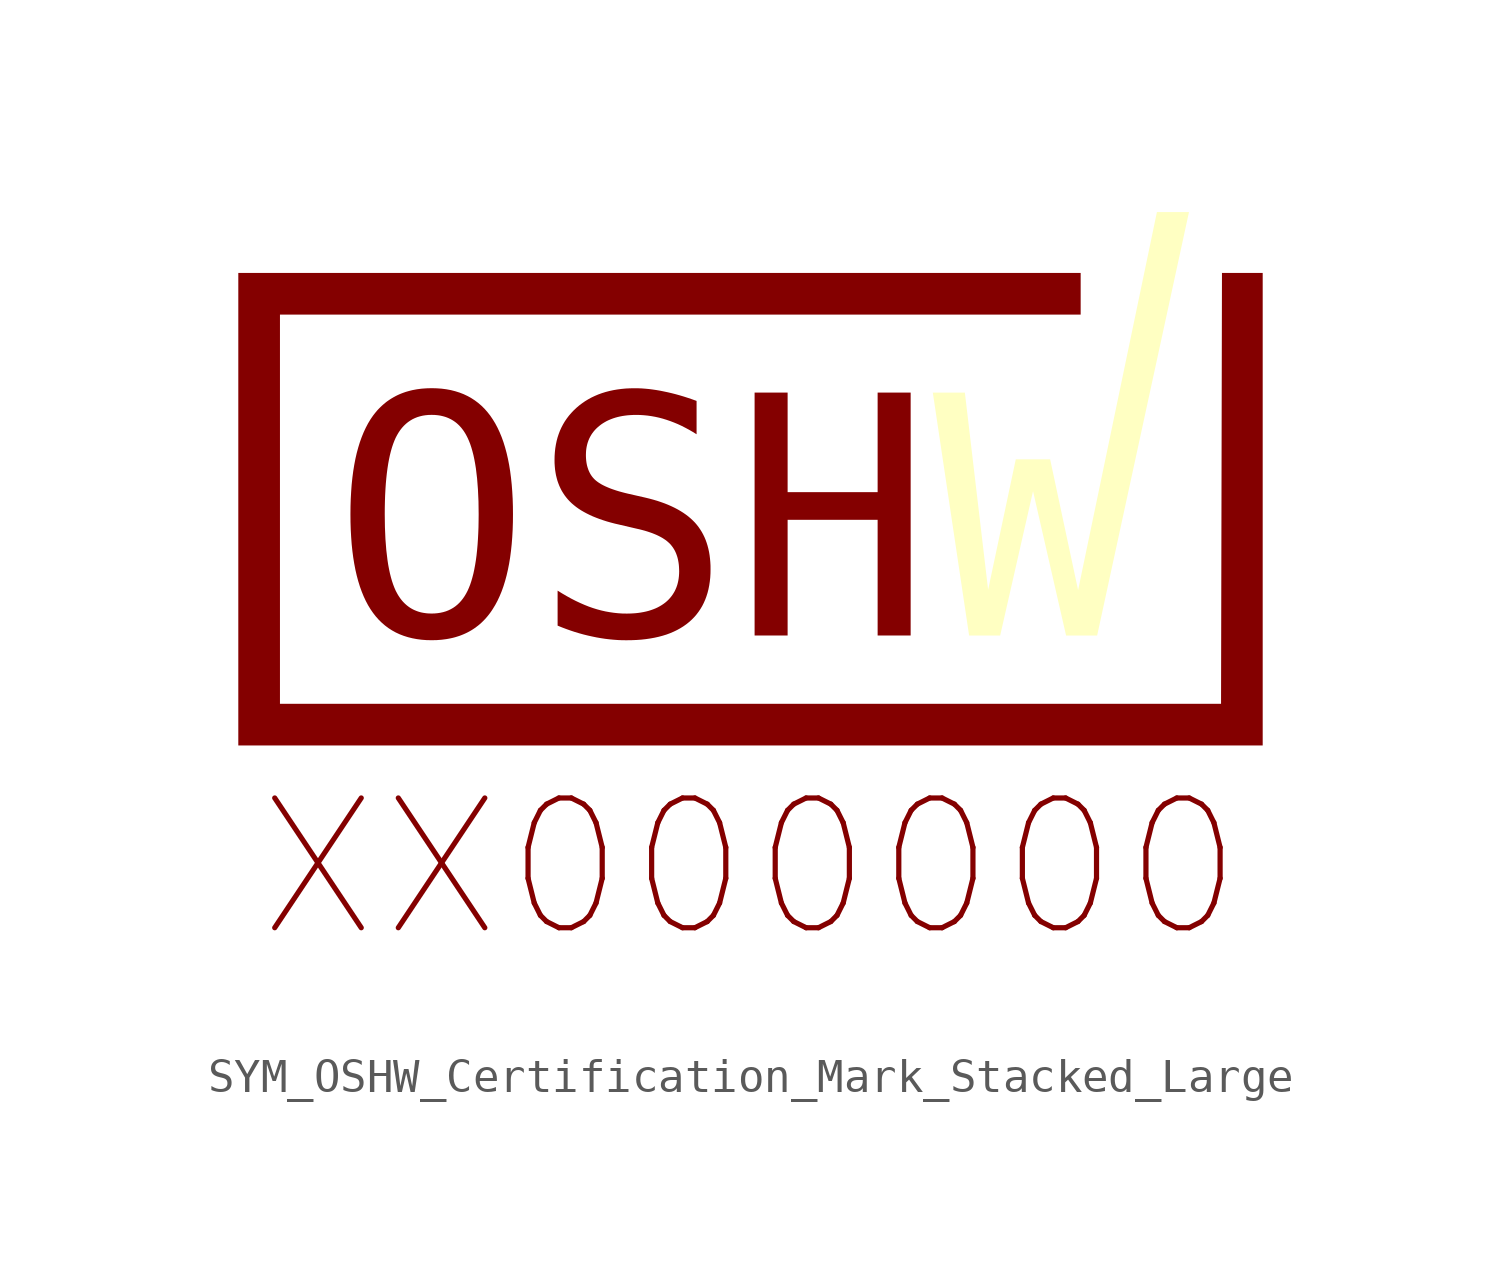
<source format=kicad_sym>
(kicad_symbol_lib
  (version 20220914)
  (generator kicad_symbol_editor)
  (symbol "SYM_OSHW_Certification_Mark_Stacked_Large"
    (property "Reference" "LOGO"
      (at 0 0 0)
      (effects (font (size 1.27 1.27)) hide))
    (symbol "SYM_OSHW_Certification_Mark_Stacked_Large_0_1"
      (polyline (pts (xy -6.956 -1.072) (xy -6.956 -1.072) (xy -6.956 -1.072)) (stroke (width -0.0001) (type default)) (fill (type background)))
      (polyline (pts (xy -1.579 2.248) (xy -1.579 2.248) (xy -1.579 2.248)) (stroke (width -0.0001) (type default)) (fill (type background)))
      (polyline (pts (xy 10.152 -4.622) (xy 9.242 -4.622) (xy 8.274 -0.396) (xy 7.312 -4.622) (xy 6.402 -4.622) (xy 5.339 2.492) (xy 6.278 2.492) (xy 6.959 -3.283) (xy 7.769 0.538) (xy 8.775 0.538) (xy 9.594 -3.293) (xy 11.902 7.778) (xy 12.841 7.778)) (stroke (width -0.0001) (type default)) (fill (type background))))
    (symbol "SYM_OSHW_Certification_Mark_Stacked_Large_1_1"
      (polyline (pts (xy 15 -7.843) (xy -15 -7.843) (xy -15 5.995) (xy -15 5.995) (xy 9.669 5.995) (xy 9.669 4.775) (xy -13.78 4.775) (xy -13.78 -6.623) (xy 13.78 -6.623) (xy 13.807 5.995) (xy 15 5.995)) (stroke (width -0.0001) (type default)) (fill (type outline)))
      (polyline (pts (xy 1.087 -0.424) (xy 3.723 -0.424) (xy 3.723 2.492) (xy 4.69 2.492) (xy 4.69 -4.622) (xy 3.723 -4.622) (xy 3.723 -1.234) (xy 1.087 -1.234) (xy 1.087 -4.622) (xy 0.12 -4.622) (xy 0.12 2.492) (xy 1.087 2.492)) (stroke (width -0.0001) (type default)) (fill (type outline)))
      (polyline (pts (xy -9.19 2.617) (xy -9.047 2.607) (xy -8.908 2.589) (xy -8.774 2.564) (xy -8.645 2.531) (xy -8.521 2.492) (xy -8.402 2.446) (xy -8.288 2.392) (xy -8.178 2.331) (xy -8.073 2.263) (xy -7.973 2.188) (xy -7.878 2.106) (xy -7.788 2.017) (xy -7.703 1.92) (xy -7.622 1.817) (xy -7.547 1.706) (xy -7.475 1.588) (xy -7.408 1.462) (xy -7.346 1.329) (xy -7.288 1.189) (xy -7.235 1.042) (xy -7.187 0.886) (xy -7.143 0.724) (xy -7.104 0.554) (xy -7.069 0.377) (xy -7.039 0.192) (xy -7.014 -0.0003) (xy -6.993 -0.2) (xy -6.977 -0.407) (xy -6.965 -0.621) (xy -6.958 -0.843) (xy -6.956 -1.072) (xy -6.958 -1.301) (xy -6.965 -1.522) (xy -6.977 -1.736) (xy -6.993 -1.942) (xy -7.014 -2.141) (xy -7.039 -2.333) (xy -7.069 -2.518) (xy -7.104 -2.695) (xy -7.143 -2.864) (xy -7.187 -3.026) (xy -7.235 -3.181) (xy -7.288 -3.329) (xy -7.346 -3.469) (xy -7.408 -3.602) (xy -7.475 -3.727) (xy -7.547 -3.845) (xy -7.584 -3.902) (xy -7.622 -3.956) (xy -7.662 -4.009) (xy -7.703 -4.06) (xy -7.745 -4.109) (xy -7.788 -4.156) (xy -7.833 -4.202) (xy -7.878 -4.246) (xy -7.925 -4.288) (xy -7.973 -4.328) (xy -8.023 -4.366) (xy -8.073 -4.403) (xy -8.125 -4.438) (xy -8.178 -4.471) (xy -8.232 -4.502) (xy -8.288 -4.532) (xy -8.344 -4.559) (xy -8.402 -4.585) (xy -8.461 -4.609) (xy -8.521 -4.632) (xy -8.583 -4.652) (xy -8.645 -4.671) (xy -8.709 -4.688) (xy -8.774 -4.703) (xy -8.841 -4.716) (xy -8.908 -4.728) (xy -9.047 -4.746) (xy -9.19 -4.757) (xy -9.338 -4.76) (xy -9.487 -4.757) (xy -9.63 -4.746) (xy -9.769 -4.728) (xy -9.902 -4.703) (xy -10.031 -4.671) (xy -10.155 -4.632) (xy -10.275 -4.586) (xy -10.389 -4.533) (xy -10.499 -4.472) (xy -10.603 -4.405) (xy -10.703 -4.33) (xy -10.798 -4.248) (xy -10.889 -4.159) (xy -10.974 -4.063) (xy -11.054 -3.96) (xy -11.13 -3.85) (xy -11.201 -3.733) (xy -11.267 -3.608) (xy -11.329 -3.475) (xy -11.386 -3.335) (xy -11.439 -3.188) (xy -11.487 -3.033) (xy -11.531 -2.87) (xy -11.57 -2.7) (xy -11.604 -2.523) (xy -11.634 -2.338) (xy -11.659 -2.146) (xy -11.68 -1.946) (xy -11.695 -1.739) (xy -11.707 -1.524) (xy -11.714 -1.302) (xy -11.716 -1.072) (xy -10.711 -1.072) (xy -10.706 -1.449) (xy -10.691 -1.798) (xy -10.666 -2.119) (xy -10.631 -2.412) (xy -10.61 -2.549) (xy -10.586 -2.678) (xy -10.56 -2.8) (xy -10.531 -2.915) (xy -10.5 -3.024) (xy -10.466 -3.125) (xy -10.43 -3.219) (xy -10.392 -3.307) (xy -10.349 -3.388) (xy -10.327 -3.427) (xy -10.304 -3.464) (xy -10.28 -3.5) (xy -10.256 -3.535) (xy -10.23 -3.569) (xy -10.204 -3.601) (xy -10.177 -3.632) (xy -10.149 -3.661) (xy -10.121 -3.689) (xy -10.091 -3.716) (xy -10.061 -3.742) (xy -10.03 -3.766) (xy -9.999 -3.789) (xy -9.966 -3.811) (xy -9.933 -3.831) (xy -9.899 -3.85) (xy -9.864 -3.868) (xy -9.828 -3.884) (xy -9.792 -3.899) (xy -9.755 -3.913) (xy -9.716 -3.926) (xy -9.678 -3.937) (xy -9.638 -3.947) (xy -9.598 -3.955) (xy -9.556 -3.962) (xy -9.514 -3.968) (xy -9.472 -3.973) (xy -9.428 -3.976) (xy -9.338 -3.979) (xy -9.248 -3.976) (xy -9.161 -3.968) (xy -9.078 -3.955) (xy -8.997 -3.937) (xy -8.92 -3.914) (xy -8.846 -3.885) (xy -8.776 -3.851) (xy -8.708 -3.812) (xy -8.644 -3.768) (xy -8.583 -3.718) (xy -8.525 -3.663) (xy -8.471 -3.603) (xy -8.42 -3.538) (xy -8.372 -3.468) (xy -8.327 -3.392) (xy -8.285 -3.312) (xy -8.246 -3.224) (xy -8.209 -3.13) (xy -8.175 -3.028) (xy -8.144 -2.92) (xy -8.114 -2.804) (xy -8.088 -2.682) (xy -8.064 -2.552) (xy -8.042 -2.416) (xy -8.023 -2.272) (xy -8.007 -2.122) (xy -7.993 -1.964) (xy -7.982 -1.8) (xy -7.973 -1.628) (xy -7.966 -1.45) (xy -7.963 -1.264) (xy -7.961 -1.072) (xy -7.966 -0.694) (xy -7.982 -0.344) (xy -8.007 -0.022) (xy -8.042 0.272) (xy -8.064 0.408) (xy -8.088 0.538) (xy -8.114 0.66) (xy -8.144 0.776) (xy -8.175 0.884) (xy -8.209 0.986) (xy -8.246 1.08) (xy -8.285 1.167) (xy -8.327 1.249) (xy -8.349 1.288) (xy -8.372 1.325) (xy -8.395 1.361) (xy -8.42 1.396) (xy -8.445 1.429) (xy -8.471 1.462) (xy -8.498 1.492) (xy -8.525 1.522) (xy -8.554 1.55) (xy -8.583 1.577) (xy -8.613 1.603) (xy -8.644 1.627) (xy -8.676 1.65) (xy -8.708 1.671) (xy -8.742 1.692) (xy -8.776 1.711) (xy -8.811 1.728) (xy -8.846 1.745) (xy -8.883 1.76) (xy -8.92 1.774) (xy -8.958 1.786) (xy -8.997 1.797) (xy -9.037 1.807) (xy -9.078 1.816) (xy -9.119 1.823) (xy -9.161 1.829) (xy -9.204 1.833) (xy -9.248 1.837) (xy -9.338 1.839) (xy -9.428 1.837) (xy -9.514 1.829) (xy -9.598 1.816) (xy -9.678 1.797) (xy -9.755 1.774) (xy -9.828 1.745) (xy -9.899 1.711) (xy -9.966 1.671) (xy -10.03 1.627) (xy -10.091 1.577) (xy -10.149 1.522) (xy -10.204 1.462) (xy -10.256 1.396) (xy -10.304 1.325) (xy -10.349 1.249) (xy -10.392 1.167) (xy -10.43 1.08) (xy -10.466 0.986) (xy -10.5 0.884) (xy -10.531 0.776) (xy -10.56 0.66) (xy -10.586 0.538) (xy -10.61 0.408) (xy -10.631 0.272) (xy -10.65 0.128) (xy -10.666 -0.022) (xy -10.68 -0.18) (xy -10.691 -0.344) (xy -10.7 -0.516) (xy -10.706 -0.694) (xy -10.71 -0.88) (xy -10.711 -1.072) (xy -11.716 -1.072) (xy -11.716 -1.072) (xy -11.714 -0.843) (xy -11.707 -0.621) (xy -11.695 -0.407) (xy -11.68 -0.2) (xy -11.659 -0.0003) (xy -11.634 0.192) (xy -11.604 0.377) (xy -11.57 0.554) (xy -11.531 0.724) (xy -11.487 0.886) (xy -11.439 1.042) (xy -11.386 1.189) (xy -11.329 1.329) (xy -11.267 1.462) (xy -11.201 1.588) (xy -11.13 1.706) (xy -11.092 1.762) (xy -11.054 1.817) (xy -11.014 1.869) (xy -10.973 1.92) (xy -10.931 1.97) (xy -10.887 2.017) (xy -10.842 2.062) (xy -10.796 2.106) (xy -10.749 2.148) (xy -10.701 2.188) (xy -10.652 2.227) (xy -10.601 2.263) (xy -10.549 2.298) (xy -10.496 2.331) (xy -10.442 2.363) (xy -10.387 2.392) (xy -10.33 2.42) (xy -10.272 2.446) (xy -10.213 2.47) (xy -10.153 2.492) (xy -10.092 2.513) (xy -10.029 2.531) (xy -9.966 2.548) (xy -9.901 2.564) (xy -9.767 2.589) (xy -9.629 2.607) (xy -9.486 2.617) (xy -9.338 2.621)) (stroke (width -0.0001) (type default)) (fill (type outline)))
      (polyline (pts (xy -3.292 2.618) (xy -3.187 2.614) (xy -3.082 2.606) (xy -2.974 2.596) (xy -2.866 2.582) (xy -2.756 2.566) (xy -2.645 2.547) (xy -2.533 2.524) (xy -2.419 2.5) (xy -2.303 2.473) (xy -2.186 2.443) (xy -2.068 2.41) (xy -1.948 2.374) (xy -1.827 2.335) (xy -1.704 2.293) (xy -1.579 2.248) (xy -1.579 1.271) (xy -1.689 1.339) (xy -1.799 1.403) (xy -1.909 1.462) (xy -2.019 1.518) (xy -2.129 1.569) (xy -2.24 1.615) (xy -2.35 1.657) (xy -2.461 1.695) (xy -2.571 1.729) (xy -2.681 1.758) (xy -2.791 1.782) (xy -2.902 1.802) (xy -3.013 1.818) (xy -3.124 1.829) (xy -3.236 1.836) (xy -3.347 1.838) (xy -3.431 1.837) (xy -3.513 1.833) (xy -3.593 1.827) (xy -3.67 1.818) (xy -3.745 1.807) (xy -3.818 1.793) (xy -3.889 1.777) (xy -3.957 1.758) (xy -4.023 1.737) (xy -4.087 1.713) (xy -4.149 1.687) (xy -4.209 1.659) (xy -4.266 1.627) (xy -4.321 1.594) (xy -4.374 1.558) (xy -4.424 1.519) (xy -4.472 1.479) (xy -4.517 1.437) (xy -4.559 1.393) (xy -4.597 1.348) (xy -4.633 1.3) (xy -4.665 1.252) (xy -4.694 1.201) (xy -4.721 1.148) (xy -4.744 1.094) (xy -4.764 1.038) (xy -4.781 0.981) (xy -4.795 0.921) (xy -4.806 0.86) (xy -4.814 0.797) (xy -4.818 0.732) (xy -4.82 0.666) (xy -4.819 0.608) (xy -4.816 0.551) (xy -4.811 0.497) (xy -4.804 0.444) (xy -4.795 0.393) (xy -4.784 0.344) (xy -4.77 0.296) (xy -4.755 0.25) (xy -4.738 0.206) (xy -4.719 0.164) (xy -4.698 0.123) (xy -4.675 0.084) (xy -4.65 0.047) (xy -4.623 0.012) (xy -4.593 -0.022) (xy -4.562 -0.054) (xy -4.528 -0.084) (xy -4.49 -0.114) (xy -4.448 -0.144) (xy -4.403 -0.172) (xy -4.355 -0.201) (xy -4.303 -0.228) (xy -4.247 -0.255) (xy -4.188 -0.281) (xy -4.126 -0.307) (xy -4.06 -0.332) (xy -3.99 -0.356) (xy -3.917 -0.38) (xy -3.841 -0.403) (xy -3.761 -0.425) (xy -3.677 -0.447) (xy -3.59 -0.468) (xy -3.085 -0.583) (xy -2.962 -0.613) (xy -2.844 -0.645) (xy -2.729 -0.679) (xy -2.619 -0.716) (xy -2.513 -0.754) (xy -2.411 -0.795) (xy -2.314 -0.838) (xy -2.22 -0.883) (xy -2.131 -0.93) (xy -2.047 -0.979) (xy -1.966 -1.03) (xy -1.89 -1.083) (xy -1.818 -1.138) (xy -1.75 -1.196) (xy -1.687 -1.255) (xy -1.627 -1.316) (xy -1.572 -1.38) (xy -1.52 -1.447) (xy -1.472 -1.517) (xy -1.427 -1.589) (xy -1.386 -1.664) (xy -1.348 -1.742) (xy -1.314 -1.823) (xy -1.284 -1.907) (xy -1.257 -1.994) (xy -1.234 -2.083) (xy -1.214 -2.175) (xy -1.198 -2.271) (xy -1.186 -2.369) (xy -1.177 -2.469) (xy -1.171 -2.573) (xy -1.17 -2.679) (xy -1.172 -2.804) (xy -1.179 -2.925) (xy -1.192 -3.043) (xy -1.209 -3.156) (xy -1.231 -3.267) (xy -1.258 -3.373) (xy -1.29 -3.475) (xy -1.327 -3.574) (xy -1.369 -3.669) (xy -1.415 -3.76) (xy -1.467 -3.847) (xy -1.524 -3.931) (xy -1.585 -4.011) (xy -1.651 -4.087) (xy -1.722 -4.159) (xy -1.799 -4.228) (xy -1.879 -4.292) (xy -1.965 -4.353) (xy -2.055 -4.409) (xy -2.149 -4.461) (xy -2.248 -4.509) (xy -2.351 -4.553) (xy -2.458 -4.593) (xy -2.571 -4.628) (xy -2.687 -4.659) (xy -2.808 -4.686) (xy -2.934 -4.709) (xy -3.064 -4.728) (xy -3.198 -4.743) (xy -3.337 -4.753) (xy -3.481 -4.759) (xy -3.628 -4.761) (xy -3.754 -4.76) (xy -3.879 -4.755) (xy -4.004 -4.746) (xy -4.13 -4.734) (xy -4.256 -4.719) (xy -4.382 -4.7) (xy -4.508 -4.678) (xy -4.634 -4.652) (xy -4.76 -4.624) (xy -4.887 -4.593) (xy -5.013 -4.558) (xy -5.14 -4.52) (xy -5.267 -4.478) (xy -5.394 -4.433) (xy -5.521 -4.385) (xy -5.649 -4.333) (xy -5.649 -3.308) (xy -5.513 -3.392) (xy -5.379 -3.47) (xy -5.247 -3.543) (xy -5.116 -3.61) (xy -4.988 -3.67) (xy -4.862 -3.725) (xy -4.737 -3.775) (xy -4.615 -3.818) (xy -4.492 -3.856) (xy -4.369 -3.889) (xy -4.246 -3.917) (xy -4.123 -3.939) (xy -3.999 -3.957) (xy -3.876 -3.97) (xy -3.752 -3.978) (xy -3.628 -3.98) (xy -3.539 -3.979) (xy -3.451 -3.975) (xy -3.366 -3.969) (xy -3.284 -3.96) (xy -3.204 -3.948) (xy -3.127 -3.934) (xy -3.053 -3.918) (xy -2.98 -3.899) (xy -2.911 -3.877) (xy -2.844 -3.853) (xy -2.779 -3.827) (xy -2.717 -3.798) (xy -2.658 -3.766) (xy -2.601 -3.732) (xy -2.546 -3.695) (xy -2.494 -3.656) (xy -2.445 -3.614) (xy -2.399 -3.57) (xy -2.357 -3.524) (xy -2.317 -3.475) (xy -2.281 -3.425) (xy -2.248 -3.373) (xy -2.217 -3.319) (xy -2.191 -3.263) (xy -2.167 -3.205) (xy -2.146 -3.144) (xy -2.129 -3.082) (xy -2.115 -3.018) (xy -2.104 -2.952) (xy -2.096 -2.884) (xy -2.091 -2.813) (xy -2.089 -2.741) (xy -2.091 -2.675) (xy -2.094 -2.612) (xy -2.099 -2.55) (xy -2.107 -2.49) (xy -2.117 -2.432) (xy -2.129 -2.376) (xy -2.143 -2.322) (xy -2.16 -2.271) (xy -2.178 -2.221) (xy -2.199 -2.173) (xy -2.222 -2.127) (xy -2.248 -2.083) (xy -2.275 -2.041) (xy -2.305 -2.001) (xy -2.336 -1.962) (xy -2.37 -1.926) (xy -2.407 -1.892) (xy -2.446 -1.858) (xy -2.489 -1.825) (xy -2.535 -1.794) (xy -2.584 -1.763) (xy -2.636 -1.734) (xy -2.692 -1.705) (xy -2.751 -1.677) (xy -2.813 -1.651) (xy -2.878 -1.625) (xy -2.946 -1.601) (xy -3.018 -1.577) (xy -3.093 -1.554) (xy -3.171 -1.533) (xy -3.253 -1.512) (xy -3.338 -1.493) (xy -3.852 -1.373) (xy -3.974 -1.345) (xy -4.092 -1.314) (xy -4.205 -1.282) (xy -4.314 -1.247) (xy -4.419 -1.211) (xy -4.519 -1.173) (xy -4.616 -1.134) (xy -4.708 -1.092) (xy -4.795 -1.049) (xy -4.879 -1.004) (xy -4.958 -0.958) (xy -5.034 -0.909) (xy -5.104 -0.859) (xy -5.171 -0.806) (xy -5.233 -0.753) (xy -5.291 -0.697) (xy -5.346 -0.639) (xy -5.396 -0.579) (xy -5.444 -0.516) (xy -5.487 -0.451) (xy -5.528 -0.384) (xy -5.564 -0.314) (xy -5.598 -0.241) (xy -5.627 -0.167) (xy -5.654 -0.09) (xy -5.676 -0.01) (xy -5.696 0.072) (xy -5.711 0.156) (xy -5.724 0.243) (xy -5.732 0.332) (xy -5.738 0.424) (xy -5.739 0.518) (xy -5.737 0.636) (xy -5.729 0.75) (xy -5.717 0.862) (xy -5.699 0.971) (xy -5.677 1.077) (xy -5.65 1.179) (xy -5.617 1.279) (xy -5.58 1.376) (xy -5.537 1.47) (xy -5.49 1.56) (xy -5.438 1.648) (xy -5.38 1.733) (xy -5.318 1.815) (xy -5.25 1.894) (xy -5.178 1.97) (xy -5.101 2.043) (xy -5.019 2.113) (xy -4.933 2.178) (xy -4.845 2.239) (xy -4.753 2.295) (xy -4.658 2.347) (xy -4.559 2.394) (xy -4.458 2.437) (xy -4.353 2.475) (xy -4.244 2.509) (xy -4.133 2.538) (xy -4.018 2.563) (xy -3.9 2.583) (xy -3.779 2.599) (xy -3.654 2.611) (xy -3.526 2.617) (xy -3.395 2.619)) (stroke (width -0.0001) (type default)) (fill (type outline)))
      (text "XX000000" (at 0 -11.43 0) (effects (font (size 3.8 3.8)))))))
</source>
